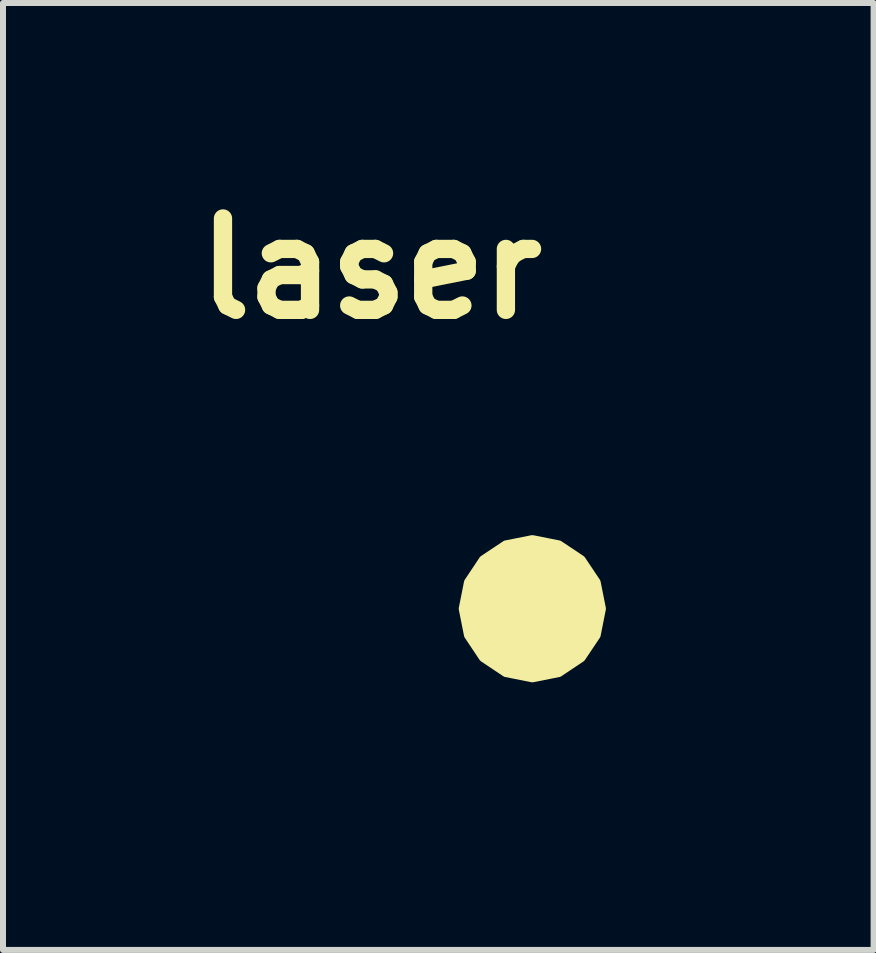
<source format=kicad_pcb>
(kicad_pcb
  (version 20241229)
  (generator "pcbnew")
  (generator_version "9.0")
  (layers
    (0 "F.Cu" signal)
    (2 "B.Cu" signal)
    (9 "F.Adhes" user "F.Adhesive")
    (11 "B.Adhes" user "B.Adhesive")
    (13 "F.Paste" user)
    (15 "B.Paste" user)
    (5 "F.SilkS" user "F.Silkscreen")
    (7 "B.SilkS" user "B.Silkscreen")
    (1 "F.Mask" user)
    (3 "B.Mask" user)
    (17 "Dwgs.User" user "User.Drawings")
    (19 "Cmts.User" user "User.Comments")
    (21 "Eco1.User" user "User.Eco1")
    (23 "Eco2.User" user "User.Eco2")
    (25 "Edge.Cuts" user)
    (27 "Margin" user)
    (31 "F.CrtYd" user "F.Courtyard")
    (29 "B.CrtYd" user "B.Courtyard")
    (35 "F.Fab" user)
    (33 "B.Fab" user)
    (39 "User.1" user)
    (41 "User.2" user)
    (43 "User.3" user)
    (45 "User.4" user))
  (footprint "laser"
    (layer "F.Cu")
    (at 3.135 4.409)
    (property "Reference" "laser" (at 0 -2.982 0) (layer "F.SilkS") (effects (font (size 1.524 1.524) (thickness 0.305))))
    (attr exclude_from_pos_files exclude_from_bom)
    (fp_poly (pts (xy 1.521 2.69) (xy 0.066 2.69) (xy 1.521 2.69)) (stroke (width 0.132) (type solid)) (fill yes) (layer "F.SilkS"))
    (fp_poly (pts (xy 1.61 2.243) (xy 0.877 1.939) (xy 1.61 2.243)) (stroke (width 0.119) (type solid)) (fill yes) (layer "F.SilkS"))
    (fp_poly (pts (xy 1.61 3.137) (xy 0.877 3.441) (xy 1.61 3.137)) (stroke (width 0.119) (type solid)) (fill yes) (layer "F.SilkS"))
    (fp_poly (pts (xy 1.863 1.863) (xy 0.834 0.834) (xy 1.863 1.863)) (stroke (width 0.132) (type solid)) (fill yes) (layer "F.SilkS"))
    (fp_poly (pts (xy 1.863 3.516) (xy 0.834 4.545) (xy 1.863 3.516)) (stroke (width 0.132) (type solid)) (fill yes) (layer "F.SilkS"))
    (fp_poly (pts (xy 2.243 1.61) (xy 1.939 0.877) (xy 2.243 1.61)) (stroke (width 0.119) (type solid)) (fill yes) (layer "F.SilkS"))
    (fp_poly (pts (xy 2.243 3.77) (xy 1.939 4.503) (xy 2.243 3.77)) (stroke (width 0.119) (type solid)) (fill yes) (layer "F.SilkS"))
    (fp_poly (pts (xy 2.69 1.521) (xy 2.69 0.066) (xy 2.69 1.521)) (stroke (width 0.132) (type solid)) (fill yes) (layer "F.SilkS"))
    (fp_poly (pts (xy 2.69 3.859) (xy 2.69 5.314) (xy 2.69 3.859)) (stroke (width 0.132) (type solid)) (fill yes) (layer "F.SilkS"))
    (fp_poly (pts (xy 3.137 1.61) (xy 3.441 0.877) (xy 3.137 1.61)) (stroke (width 0.119) (type solid)) (fill yes) (layer "F.SilkS"))
    (fp_poly (pts (xy 3.137 3.77) (xy 3.441 4.503) (xy 3.137 3.77)) (stroke (width 0.119) (type solid)) (fill yes) (layer "F.SilkS"))
    (fp_poly (pts (xy 3.516 1.863) (xy 4.545 0.834) (xy 3.516 1.863)) (stroke (width 0.132) (type solid)) (fill yes) (layer "F.SilkS"))
    (fp_poly (pts (xy 3.516 3.516) (xy 4.545 4.545) (xy 3.516 3.516)) (stroke (width 0.132) (type solid)) (fill yes) (layer "F.SilkS"))
    (fp_poly (pts (xy 3.77 2.243) (xy 4.503 1.939) (xy 3.77 2.243)) (stroke (width 0.119) (type solid)) (fill yes) (layer "F.SilkS"))
    (fp_poly (pts (xy 3.77 3.137) (xy 4.503 3.441) (xy 3.77 3.137)) (stroke (width 0.119) (type solid)) (fill yes) (layer "F.SilkS"))
    (fp_poly (pts (xy 3.859 2.69) (xy 5.314 2.69) (xy 3.859 2.69)) (stroke (width 0.132) (type solid)) (fill yes) (layer "F.SilkS"))
    (fp_poly (pts (xy 3.859 2.69) (xy 3.77 3.137) (xy 3.516 3.516) (xy 3.137 3.77) (xy 2.69 3.859) (xy 2.243 3.77) (xy 1.863 3.516) (xy 1.61 3.137) (xy 1.521 2.69) (xy 1.61 2.243) (xy 1.863 1.863) (xy 2.243 1.61) (xy 2.69 1.521) (xy 3.137 1.61) (xy 3.516 1.863) (xy 3.77 2.243) (xy 3.859 2.69)) (stroke (width 0.117) (type solid)) (fill yes) (layer "F.SilkS")))
  (gr_rect
    (start -3 -3)
    (end 11.515 12.788)
    (stroke (width 0.1) (type default))
    (fill no)
    (layer "Edge.Cuts")))
</source>
